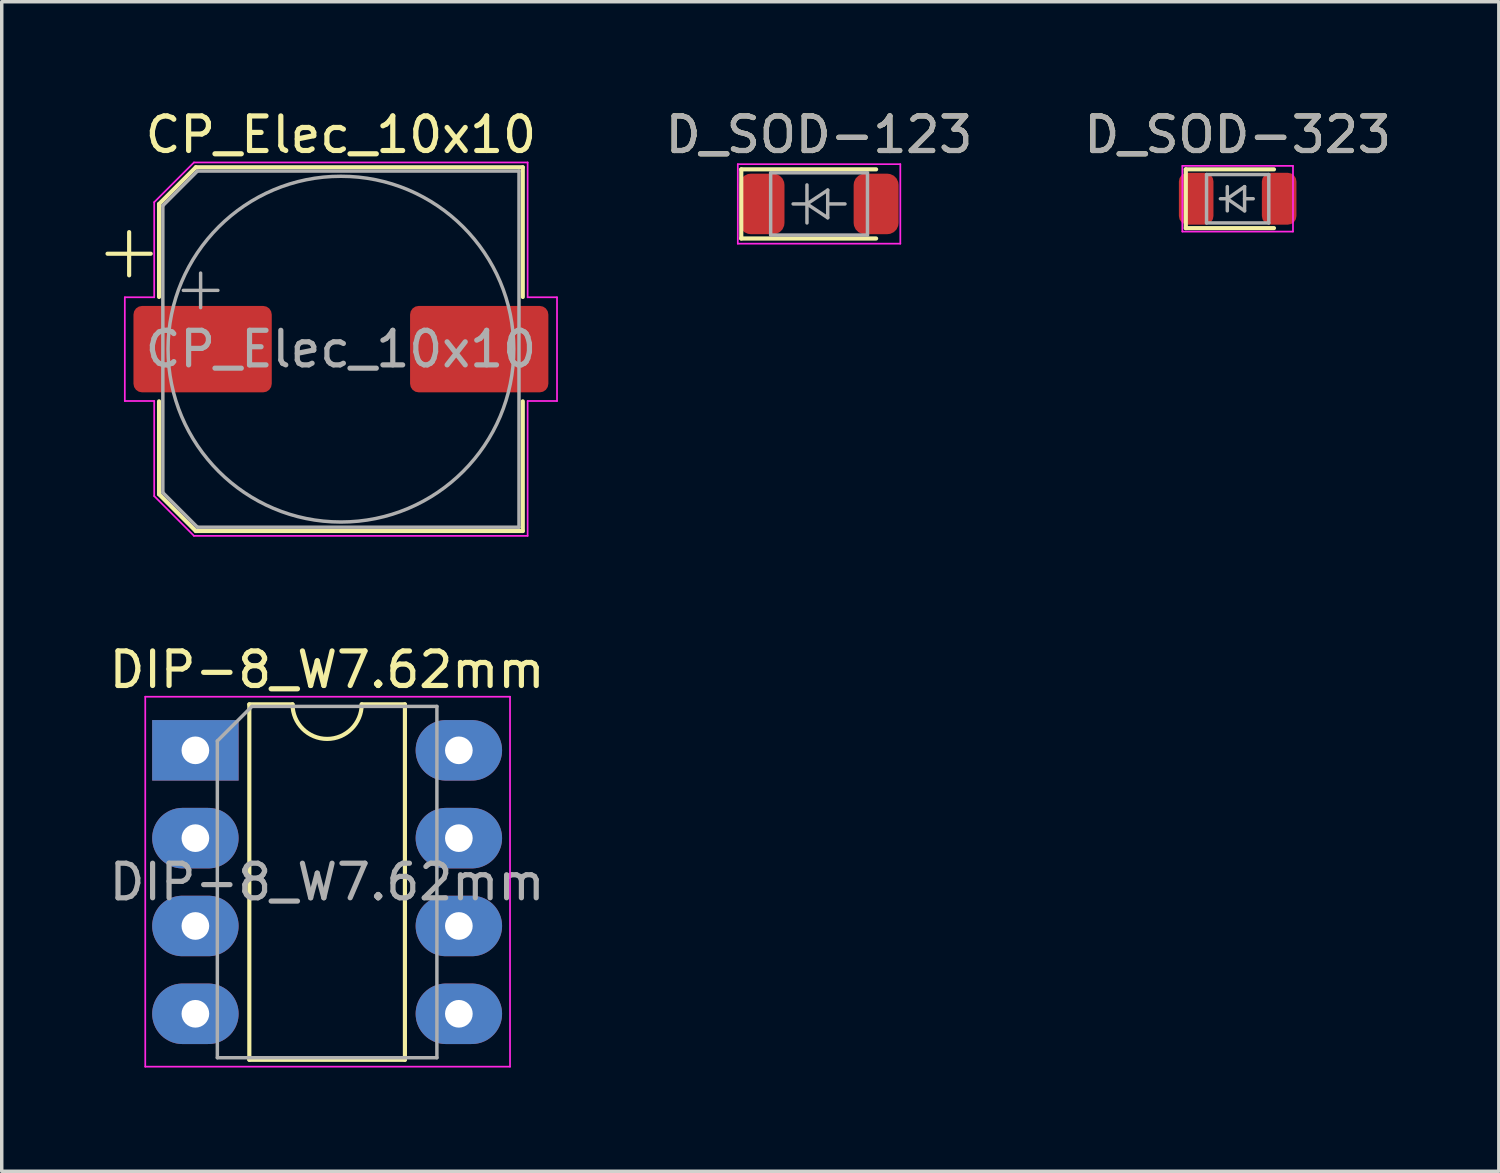
<source format=kicad_pcb>
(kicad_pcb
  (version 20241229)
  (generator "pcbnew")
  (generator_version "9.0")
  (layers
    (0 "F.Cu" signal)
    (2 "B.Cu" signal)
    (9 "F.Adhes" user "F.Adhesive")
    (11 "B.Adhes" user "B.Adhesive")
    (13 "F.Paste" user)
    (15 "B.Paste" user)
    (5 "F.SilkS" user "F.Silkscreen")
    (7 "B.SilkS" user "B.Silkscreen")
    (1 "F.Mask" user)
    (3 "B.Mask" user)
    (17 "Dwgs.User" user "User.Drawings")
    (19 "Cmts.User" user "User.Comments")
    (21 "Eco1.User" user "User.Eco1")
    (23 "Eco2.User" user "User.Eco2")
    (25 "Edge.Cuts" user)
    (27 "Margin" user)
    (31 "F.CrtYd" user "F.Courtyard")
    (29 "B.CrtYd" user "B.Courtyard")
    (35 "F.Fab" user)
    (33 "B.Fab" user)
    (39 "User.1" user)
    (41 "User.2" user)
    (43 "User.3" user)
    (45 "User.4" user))
  (footprint "D_SOD-123"
    (layer "F.Cu")
    (at 20.639 2.848)
    (property "Reference" "D_SOD-123" (at 0 -2 0) (layer "F.SilkS") (effects (font (size 1 1) (thickness 0.15))))
    (attr smd)
    (fp_line (start -2.25 -1) (end -2.25 1) (stroke (width 0.12) (type solid)) (layer "F.SilkS"))
    (fp_line (start -2.25 -1) (end 1.65 -1) (stroke (width 0.12) (type solid)) (layer "F.SilkS"))
    (fp_line (start -2.25 1) (end 1.65 1) (stroke (width 0.12) (type solid)) (layer "F.SilkS"))
    (fp_line (start -2.35 -1.15) (end -2.35 1.15) (stroke (width 0.05) (type solid)) (layer "F.CrtYd"))
    (fp_line (start -2.35 -1.15) (end 2.35 -1.15) (stroke (width 0.05) (type solid)) (layer "F.CrtYd"))
    (fp_line (start 2.35 -1.15) (end 2.35 1.15) (stroke (width 0.05) (type solid)) (layer "F.CrtYd"))
    (fp_line (start 2.35 1.15) (end -2.35 1.15) (stroke (width 0.05) (type solid)) (layer "F.CrtYd"))
    (fp_line (start -1.4 -0.9) (end 1.4 -0.9) (stroke (width 0.1) (type solid)) (layer "F.Fab"))
    (fp_line (start -1.4 0.9) (end -1.4 -0.9) (stroke (width 0.1) (type solid)) (layer "F.Fab"))
    (fp_line (start -0.75 0) (end -0.35 0) (stroke (width 0.1) (type solid)) (layer "F.Fab"))
    (fp_line (start -0.35 0) (end -0.35 -0.55) (stroke (width 0.1) (type solid)) (layer "F.Fab"))
    (fp_line (start -0.35 0) (end -0.35 0.55) (stroke (width 0.1) (type solid)) (layer "F.Fab"))
    (fp_line (start -0.35 0) (end 0.25 -0.4) (stroke (width 0.1) (type solid)) (layer "F.Fab"))
    (fp_line (start 0.25 -0.4) (end 0.25 0.4) (stroke (width 0.1) (type solid)) (layer "F.Fab"))
    (fp_line (start 0.25 0) (end 0.75 0) (stroke (width 0.1) (type solid)) (layer "F.Fab"))
    (fp_line (start 0.25 0.4) (end -0.35 0) (stroke (width 0.1) (type solid)) (layer "F.Fab"))
    (fp_line (start 1.4 -0.9) (end 1.4 0.9) (stroke (width 0.1) (type solid)) (layer "F.Fab"))
    (fp_line (start 1.4 0.9) (end -1.4 0.9) (stroke (width 0.1) (type solid)) (layer "F.Fab"))
    (fp_text user "${REFERENCE}" (at 0 -2 0) (layer "F.Fab") (effects (font (size 1 1) (thickness 0.15))))
    (pad "1" smd roundrect (at -1.65 0) (size 1.3 1.75) (layers "F.Cu" "F.Mask" "F.Paste") (roundrect_rratio 0.25))
    (pad "2" smd roundrect (at 1.65 0) (size 1.3 1.75) (layers "F.Cu" "F.Mask" "F.Paste") (roundrect_rratio 0.25)))
  (footprint "D_SOD-323"
    (layer "F.Cu")
    (at 32.746 2.698)
    (property "Reference" "D_SOD-323" (at 0 -1.85 0) (layer "F.SilkS") (effects (font (size 1 1) (thickness 0.15))))
    (attr smd)
    (fp_line (start -1.5 -0.85) (end -1.5 0.85) (stroke (width 0.12) (type solid)) (layer "F.SilkS"))
    (fp_line (start -1.5 -0.85) (end 1.05 -0.85) (stroke (width 0.12) (type solid)) (layer "F.SilkS"))
    (fp_line (start -1.5 0.85) (end 1.05 0.85) (stroke (width 0.12) (type solid)) (layer "F.SilkS"))
    (fp_line (start -1.6 -0.95) (end -1.6 0.95) (stroke (width 0.05) (type solid)) (layer "F.CrtYd"))
    (fp_line (start -1.6 -0.95) (end 1.6 -0.95) (stroke (width 0.05) (type solid)) (layer "F.CrtYd"))
    (fp_line (start -1.6 0.95) (end 1.6 0.95) (stroke (width 0.05) (type solid)) (layer "F.CrtYd"))
    (fp_line (start 1.6 -0.95) (end 1.6 0.95) (stroke (width 0.05) (type solid)) (layer "F.CrtYd"))
    (fp_line (start -0.9 -0.7) (end 0.9 -0.7) (stroke (width 0.1) (type solid)) (layer "F.Fab"))
    (fp_line (start -0.9 0.7) (end -0.9 -0.7) (stroke (width 0.1) (type solid)) (layer "F.Fab"))
    (fp_line (start -0.3 -0.35) (end -0.3 0.35) (stroke (width 0.1) (type solid)) (layer "F.Fab"))
    (fp_line (start -0.3 0) (end -0.5 0) (stroke (width 0.1) (type solid)) (layer "F.Fab"))
    (fp_line (start -0.3 0) (end 0.2 -0.35) (stroke (width 0.1) (type solid)) (layer "F.Fab"))
    (fp_line (start 0.2 -0.35) (end 0.2 0.35) (stroke (width 0.1) (type solid)) (layer "F.Fab"))
    (fp_line (start 0.2 0) (end 0.45 0) (stroke (width 0.1) (type solid)) (layer "F.Fab"))
    (fp_line (start 0.2 0.35) (end -0.3 0) (stroke (width 0.1) (type solid)) (layer "F.Fab"))
    (fp_line (start 0.9 -0.7) (end 0.9 0.7) (stroke (width 0.1) (type solid)) (layer "F.Fab"))
    (fp_line (start 0.9 0.7) (end -0.9 0.7) (stroke (width 0.1) (type solid)) (layer "F.Fab"))
    (fp_text user "${REFERENCE}" (at 0 -1.85 0) (layer "F.Fab") (effects (font (size 1 1) (thickness 0.15))))
    (pad "1" smd roundrect (at -1.2 0) (size 1 1.5) (layers "F.Cu" "F.Mask" "F.Paste") (roundrect_rratio 0.25))
    (pad "2" smd roundrect (at 1.2 0) (size 1 1.5) (layers "F.Cu" "F.Mask" "F.Paste") (roundrect_rratio 0.25)))
  (footprint "CP_Elec_10x10"
    (layer "F.Cu")
    (at 6.81 7.048)
    (property "Reference" "CP_Elec_10x10" (at 0 -6.2 0) (layer "F.SilkS") (effects (font (size 1 1) (thickness 0.15))))
    (attr smd)
    (fp_line (start -6.75 -2.76) (end -5.5 -2.76) (stroke (width 0.12) (type solid)) (layer "F.SilkS"))
    (fp_line (start -6.125 -3.385) (end -6.125 -2.135) (stroke (width 0.12) (type solid)) (layer "F.SilkS"))
    (fp_line (start -5.26 -4.196) (end -5.26 -1.51) (stroke (width 0.12) (type solid)) (layer "F.SilkS"))
    (fp_line (start -5.26 -4.196) (end -4.196 -5.26) (stroke (width 0.12) (type solid)) (layer "F.SilkS"))
    (fp_line (start -5.26 4.196) (end -5.26 1.51) (stroke (width 0.12) (type solid)) (layer "F.SilkS"))
    (fp_line (start -5.26 4.196) (end -4.196 5.26) (stroke (width 0.12) (type solid)) (layer "F.SilkS"))
    (fp_line (start -4.196 -5.26) (end 5.26 -5.26) (stroke (width 0.12) (type solid)) (layer "F.SilkS"))
    (fp_line (start -4.196 5.26) (end 5.26 5.26) (stroke (width 0.12) (type solid)) (layer "F.SilkS"))
    (fp_line (start 5.26 -5.26) (end 5.26 -1.51) (stroke (width 0.12) (type solid)) (layer "F.SilkS"))
    (fp_line (start 5.26 5.26) (end 5.26 1.51) (stroke (width 0.12) (type solid)) (layer "F.SilkS"))
    (fp_line (start -6.25 -1.5) (end -6.25 1.5) (stroke (width 0.05) (type solid)) (layer "F.CrtYd"))
    (fp_line (start -6.25 1.5) (end -5.4 1.5) (stroke (width 0.05) (type solid)) (layer "F.CrtYd"))
    (fp_line (start -5.4 -4.25) (end -5.4 -1.5) (stroke (width 0.05) (type solid)) (layer "F.CrtYd"))
    (fp_line (start -5.4 -4.25) (end -4.25 -5.4) (stroke (width 0.05) (type solid)) (layer "F.CrtYd"))
    (fp_line (start -5.4 -1.5) (end -6.25 -1.5) (stroke (width 0.05) (type solid)) (layer "F.CrtYd"))
    (fp_line (start -5.4 1.5) (end -5.4 4.25) (stroke (width 0.05) (type solid)) (layer "F.CrtYd"))
    (fp_line (start -5.4 4.25) (end -4.25 5.4) (stroke (width 0.05) (type solid)) (layer "F.CrtYd"))
    (fp_line (start -4.25 -5.4) (end 5.4 -5.4) (stroke (width 0.05) (type solid)) (layer "F.CrtYd"))
    (fp_line (start -4.25 5.4) (end 5.4 5.4) (stroke (width 0.05) (type solid)) (layer "F.CrtYd"))
    (fp_line (start 5.4 -5.4) (end 5.4 -1.5) (stroke (width 0.05) (type solid)) (layer "F.CrtYd"))
    (fp_line (start 5.4 -1.5) (end 6.25 -1.5) (stroke (width 0.05) (type solid)) (layer "F.CrtYd"))
    (fp_line (start 5.4 1.5) (end 5.4 5.4) (stroke (width 0.05) (type solid)) (layer "F.CrtYd"))
    (fp_line (start 6.25 -1.5) (end 6.25 1.5) (stroke (width 0.05) (type solid)) (layer "F.CrtYd"))
    (fp_line (start 6.25 1.5) (end 5.4 1.5) (stroke (width 0.05) (type solid)) (layer "F.CrtYd"))
    (fp_line (start -5.15 -4.15) (end -5.15 4.15) (stroke (width 0.1) (type solid)) (layer "F.Fab"))
    (fp_line (start -5.15 -4.15) (end -4.15 -5.15) (stroke (width 0.1) (type solid)) (layer "F.Fab"))
    (fp_line (start -5.15 4.15) (end -4.15 5.15) (stroke (width 0.1) (type solid)) (layer "F.Fab"))
    (fp_line (start -4.558 -1.7) (end -3.558 -1.7) (stroke (width 0.1) (type solid)) (layer "F.Fab"))
    (fp_line (start -4.15 -5.15) (end 5.15 -5.15) (stroke (width 0.1) (type solid)) (layer "F.Fab"))
    (fp_line (start -4.15 5.15) (end 5.15 5.15) (stroke (width 0.1) (type solid)) (layer "F.Fab"))
    (fp_line (start -4.058 -2.2) (end -4.058 -1.2) (stroke (width 0.1) (type solid)) (layer "F.Fab"))
    (fp_line (start 5.15 -5.15) (end 5.15 5.15) (stroke (width 0.1) (type solid)) (layer "F.Fab"))
    (fp_circle (center 0 0) (end 5 0) (stroke (width 0.1) (type solid)) (fill no) (layer "F.Fab"))
    (fp_text user "${REFERENCE}" (at 0 0 0) (layer "F.Fab") (effects (font (size 1 1) (thickness 0.15))))
    (pad "1" smd roundrect (at -4 0) (size 4 2.5) (layers "F.Cu" "F.Mask" "F.Paste") (roundrect_rratio 0.1))
    (pad "2" smd roundrect (at 4 0) (size 4 2.5) (layers "F.Cu" "F.Mask" "F.Paste") (roundrect_rratio 0.1)))
  (footprint "DIP-8_W7.62mm"
    (layer "F.Cu")
    (at 2.601 18.651)
    (property "Reference" "DIP-8_W7.62mm" (at 3.81 -2.33 0) (layer "F.SilkS") (effects (font (size 1 1) (thickness 0.15))))
    (attr through_hole)
    (fp_line (start 1.56 -1.33) (end 1.56 8.95) (stroke (width 0.12) (type solid)) (layer "F.SilkS"))
    (fp_line (start 1.56 8.95) (end 6.06 8.95) (stroke (width 0.12) (type solid)) (layer "F.SilkS"))
    (fp_line (start 2.81 -1.33) (end 1.56 -1.33) (stroke (width 0.12) (type solid)) (layer "F.SilkS"))
    (fp_line (start 6.06 -1.33) (end 4.81 -1.33) (stroke (width 0.12) (type solid)) (layer "F.SilkS"))
    (fp_line (start 6.06 8.95) (end 6.06 -1.33) (stroke (width 0.12) (type solid)) (layer "F.SilkS"))
    (fp_arc (start 4.81 -1.33) (mid 3.81 -0.33) (end 2.81 -1.33) (stroke (width 0.12) (type solid)) (layer "F.SilkS"))
    (fp_line (start -1.45 -1.55) (end -1.45 9.15) (stroke (width 0.05) (type solid)) (layer "F.CrtYd"))
    (fp_line (start -1.45 9.15) (end 9.1 9.15) (stroke (width 0.05) (type solid)) (layer "F.CrtYd"))
    (fp_line (start 9.1 -1.55) (end -1.45 -1.55) (stroke (width 0.05) (type solid)) (layer "F.CrtYd"))
    (fp_line (start 9.1 9.15) (end 9.1 -1.55) (stroke (width 0.05) (type solid)) (layer "F.CrtYd"))
    (fp_line (start 0.635 -0.27) (end 1.635 -1.27) (stroke (width 0.1) (type solid)) (layer "F.Fab"))
    (fp_line (start 0.635 8.89) (end 0.635 -0.27) (stroke (width 0.1) (type solid)) (layer "F.Fab"))
    (fp_line (start 1.635 -1.27) (end 6.985 -1.27) (stroke (width 0.1) (type solid)) (layer "F.Fab"))
    (fp_line (start 6.985 -1.27) (end 6.985 8.89) (stroke (width 0.1) (type solid)) (layer "F.Fab"))
    (fp_line (start 6.985 8.89) (end 0.635 8.89) (stroke (width 0.1) (type solid)) (layer "F.Fab"))
    (fp_text user "${REFERENCE}" (at 3.81 3.81 0) (layer "F.Fab") (effects (font (size 1 1) (thickness 0.15))))
    (pad "1" thru_hole rect (at 0 0) (size 2.5 1.75) (drill 0.8) (layers "*.Cu" "*.Mask"))
    (pad "2" thru_hole oval (at 0 2.54) (size 2.5 1.75) (drill 0.8) (layers "*.Cu" "*.Mask"))
    (pad "3" thru_hole oval (at 0 5.08) (size 2.5 1.75) (drill 0.8) (layers "*.Cu" "*.Mask"))
    (pad "4" thru_hole oval (at 0 7.62) (size 2.5 1.75) (drill 0.8) (layers "*.Cu" "*.Mask"))
    (pad "5" thru_hole oval (at 7.62 7.62) (size 2.5 1.75) (drill 0.8) (layers "*.Cu" "*.Mask"))
    (pad "6" thru_hole oval (at 7.62 5.08) (size 2.5 1.75) (drill 0.8) (layers "*.Cu" "*.Mask"))
    (pad "7" thru_hole oval (at 7.62 2.54) (size 2.5 1.75) (drill 0.8) (layers "*.Cu" "*.Mask"))
    (pad "8" thru_hole oval (at 7.62 0) (size 2.5 1.75) (drill 0.8) (layers "*.Cu" "*.Mask")))
  (gr_rect
    (start -3 -3)
    (end 40.299 30.826)
    (stroke (width 0.1) (type default))
    (fill no)
    (layer "Edge.Cuts")))
</source>
